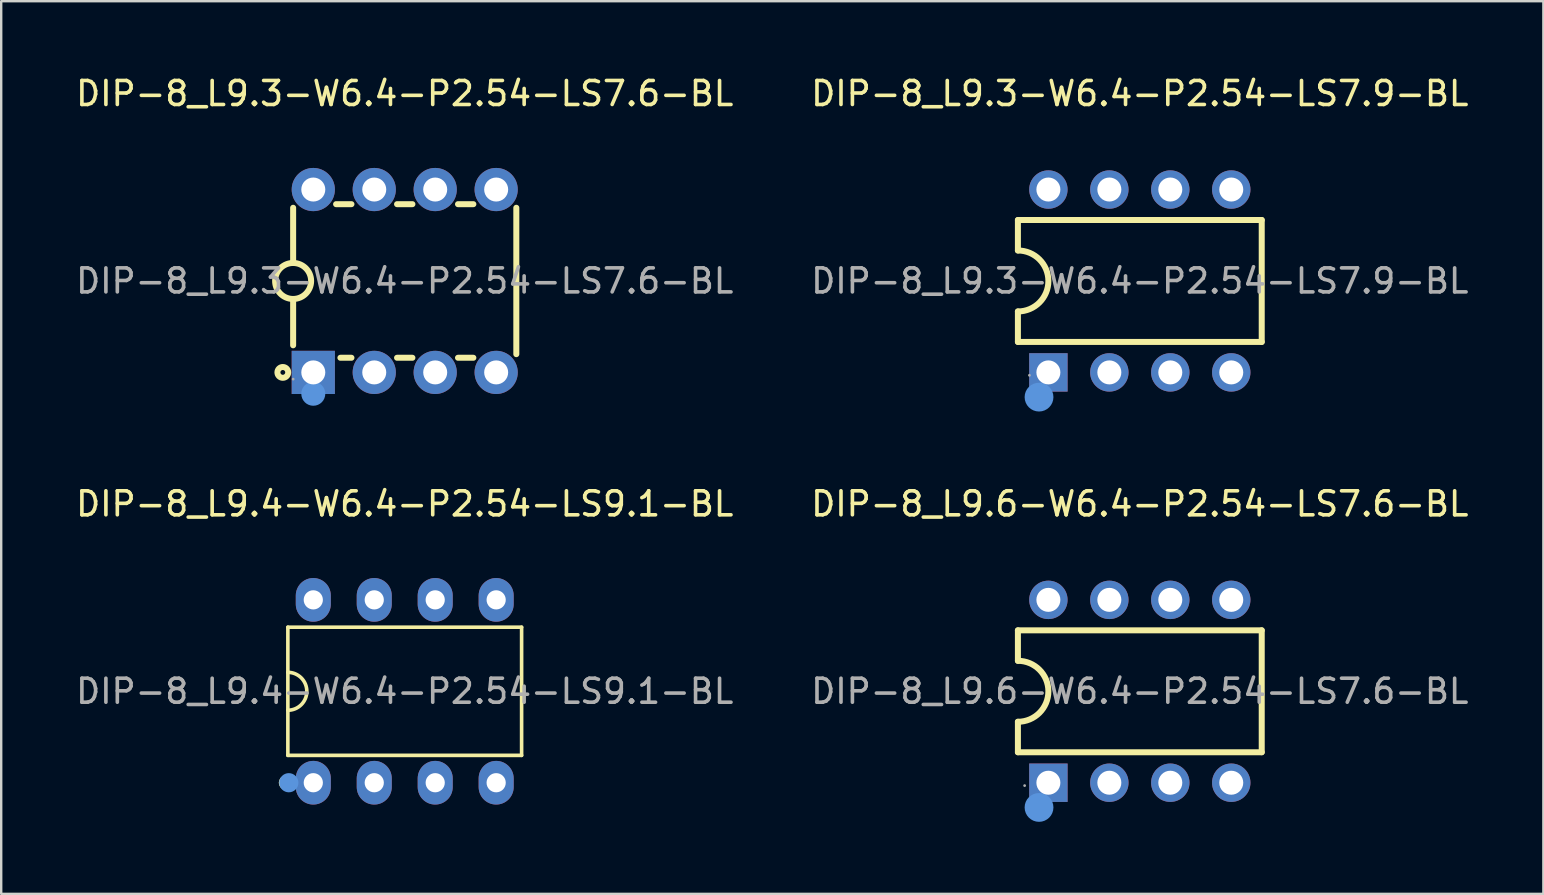
<source format=kicad_pcb>
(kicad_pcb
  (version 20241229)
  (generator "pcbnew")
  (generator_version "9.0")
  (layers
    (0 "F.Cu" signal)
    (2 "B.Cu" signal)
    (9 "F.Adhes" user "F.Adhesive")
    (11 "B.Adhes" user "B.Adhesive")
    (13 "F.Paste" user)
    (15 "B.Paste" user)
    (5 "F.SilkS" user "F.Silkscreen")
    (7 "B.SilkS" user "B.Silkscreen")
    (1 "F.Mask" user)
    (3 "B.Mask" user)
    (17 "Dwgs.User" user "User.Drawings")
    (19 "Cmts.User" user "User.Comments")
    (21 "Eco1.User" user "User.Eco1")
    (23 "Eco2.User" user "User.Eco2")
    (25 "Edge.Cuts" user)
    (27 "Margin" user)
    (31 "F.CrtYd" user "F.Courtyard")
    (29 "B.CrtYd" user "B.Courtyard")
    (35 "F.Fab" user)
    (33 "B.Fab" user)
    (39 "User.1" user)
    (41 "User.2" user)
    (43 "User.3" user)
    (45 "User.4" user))
  (footprint "DIP-8_L9.4-W6.4-P2.54-LS9.1-BL"
    (layer "F.Cu")
    (at 13.815 25.756)
    (property "Reference" "DIP-8_L9.4-W6.4-P2.54-LS9.1-BL" (at 0 -7.81 0) (layer "F.SilkS") (effects (font (size 1 1) (thickness 0.15))))
    (attr through_hole)
    (fp_line (start -4.87 -2.67) (end 4.87 -2.67) (stroke (width 0.15) (type solid)) (layer "F.SilkS"))
    (fp_line (start -4.87 2.67) (end -4.87 -2.67) (stroke (width 0.15) (type solid)) (layer "F.SilkS"))
    (fp_line (start 4.87 -2.67) (end 4.87 2.67) (stroke (width 0.15) (type solid)) (layer "F.SilkS"))
    (fp_line (start 4.87 2.67) (end -4.87 2.67) (stroke (width 0.15) (type solid)) (layer "F.SilkS"))
    (fp_arc (start -4.87 -0.79) (mid -4.08 0) (end -4.87 0.79) (stroke (width 0.15) (type solid)) (layer "F.SilkS"))
    (fp_circle (center -4.95 3.81) (end -4.8 3.81) (stroke (width 0.3) (type solid)) (fill no) (layer "F.SilkS"))
    (fp_circle (center -4.83 3.81) (end -4.63 3.81) (stroke (width 0.4) (type solid)) (fill no) (layer "Cmts.User"))
    (fp_circle (center -4.8 3.93) (end -4.77 3.93) (stroke (width 0.06) (type solid)) (fill no) (layer "F.Fab"))
    (fp_text user "${REFERENCE}" (at 0 0 0) (layer "F.Fab") (effects (font (size 1 1) (thickness 0.15))))
    (pad "1" thru_hole oval (at -3.81 3.81) (size 1.46 1.82) (drill 0.8) (layers "*.Cu" "*.Paste" "*.Mask"))
    (pad "2" thru_hole oval (at -1.27 3.81) (size 1.46 1.82) (drill 0.8) (layers "*.Cu" "*.Paste" "*.Mask"))
    (pad "3" thru_hole oval (at 1.27 3.81) (size 1.46 1.82) (drill 0.8) (layers "*.Cu" "*.Paste" "*.Mask"))
    (pad "4" thru_hole oval (at 3.81 3.81) (size 1.46 1.82) (drill 0.8) (layers "*.Cu" "*.Paste" "*.Mask"))
    (pad "5" thru_hole oval (at 3.81 -3.81) (size 1.46 1.82) (drill 0.8) (layers "*.Cu" "*.Paste" "*.Mask"))
    (pad "6" thru_hole oval (at 1.27 -3.81) (size 1.46 1.82) (drill 0.8) (layers "*.Cu" "*.Paste" "*.Mask"))
    (pad "7" thru_hole oval (at -1.27 -3.81) (size 1.46 1.82) (drill 0.8) (layers "*.Cu" "*.Paste" "*.Mask"))
    (pad "8" thru_hole oval (at -3.81 -3.81) (size 1.46 1.82) (drill 0.8) (layers "*.Cu" "*.Paste" "*.Mask")))
  (footprint "DIP-8_L9.3-W6.4-P2.54-LS7.6-BL"
    (layer "F.Cu")
    (at 13.815 8.658)
    (property "Reference" "DIP-8_L9.3-W6.4-P2.54-LS7.6-BL" (at 0 -7.81 0) (layer "F.SilkS") (effects (font (size 1 1) (thickness 0.15))))
    (attr through_hole)
    (fp_line (start -4.65 -0.75) (end -4.65 -3.05) (stroke (width 0.25) (type solid)) (layer "F.SilkS"))
    (fp_line (start -4.65 0.75) (end -4.65 2.68) (stroke (width 0.25) (type solid)) (layer "F.SilkS"))
    (fp_line (start -2.22 -3.2) (end -2.86 -3.2) (stroke (width 0.25) (type solid)) (layer "F.SilkS"))
    (fp_line (start -2.22 3.2) (end -2.68 3.2) (stroke (width 0.25) (type solid)) (layer "F.SilkS"))
    (fp_line (start 0.32 -3.2) (end -0.32 -3.2) (stroke (width 0.25) (type solid)) (layer "F.SilkS"))
    (fp_line (start 0.32 3.2) (end -0.32 3.2) (stroke (width 0.25) (type solid)) (layer "F.SilkS"))
    (fp_line (start 2.86 -3.2) (end 2.22 -3.2) (stroke (width 0.25) (type solid)) (layer "F.SilkS"))
    (fp_line (start 2.86 3.2) (end 2.22 3.2) (stroke (width 0.25) (type solid)) (layer "F.SilkS"))
    (fp_line (start 4.65 -3.05) (end 4.65 3.05) (stroke (width 0.25) (type solid)) (layer "F.SilkS"))
    (fp_arc (start -4.663089 0.749886) (mid -4.643455 -0.749972) (end -4.65 0.75) (stroke (width 0.25) (type solid)) (layer "F.SilkS"))
    (fp_circle (center -5.08 3.81) (end -4.98 3.81) (stroke (width 0.25) (type solid)) (fill no) (layer "F.SilkS"))
    (fp_circle (center -3.81 4.7) (end -3.56 4.7) (stroke (width 0.5) (type solid)) (fill no) (layer "Cmts.User"))
    (fp_circle (center -4.65 4.09) (end -4.62 4.09) (stroke (width 0.06) (type solid)) (fill no) (layer "F.Fab"))
    (fp_circle (center -3.81 -3.81) (end -3.67 -3.81) (stroke (width 0.28) (type solid)) (fill no) (layer "F.Fab"))
    (fp_circle (center -3.81 3.81) (end -3.67 3.81) (stroke (width 0.28) (type solid)) (fill no) (layer "F.Fab"))
    (fp_circle (center -1.27 -3.81) (end -1.13 -3.81) (stroke (width 0.28) (type solid)) (fill no) (layer "F.Fab"))
    (fp_circle (center -1.27 3.81) (end -1.13 3.81) (stroke (width 0.28) (type solid)) (fill no) (layer "F.Fab"))
    (fp_circle (center 1.27 -3.81) (end 1.41 -3.81) (stroke (width 0.28) (type solid)) (fill no) (layer "F.Fab"))
    (fp_circle (center 1.27 3.81) (end 1.41 3.81) (stroke (width 0.28) (type solid)) (fill no) (layer "F.Fab"))
    (fp_circle (center 3.81 -3.81) (end 3.95 -3.81) (stroke (width 0.28) (type solid)) (fill no) (layer "F.Fab"))
    (fp_circle (center 3.81 3.81) (end 3.95 3.81) (stroke (width 0.28) (type solid)) (fill no) (layer "F.Fab"))
    (fp_text user "${REFERENCE}" (at 0 0 0) (layer "F.Fab") (effects (font (size 1 1) (thickness 0.15))))
    (pad "1" thru_hole rect (at -3.81 3.81) (size 1.8 1.8) (drill 1) (layers "*.Cu" "*.Paste" "*.Mask"))
    (pad "2" thru_hole circle (at -1.27 3.81) (size 1.8 1.8) (drill 1) (layers "*.Cu" "*.Paste" "*.Mask"))
    (pad "3" thru_hole circle (at 1.27 3.81) (size 1.8 1.8) (drill 1) (layers "*.Cu" "*.Paste" "*.Mask"))
    (pad "4" thru_hole circle (at 3.81 3.81) (size 1.8 1.8) (drill 1) (layers "*.Cu" "*.Paste" "*.Mask"))
    (pad "5" thru_hole circle (at 3.81 -3.81) (size 1.8 1.8) (drill 1) (layers "*.Cu" "*.Paste" "*.Mask"))
    (pad "6" thru_hole circle (at 1.27 -3.81) (size 1.8 1.8) (drill 1) (layers "*.Cu" "*.Paste" "*.Mask"))
    (pad "7" thru_hole circle (at -1.27 -3.81) (size 1.8 1.8) (drill 1) (layers "*.Cu" "*.Paste" "*.Mask"))
    (pad "8" thru_hole circle (at -3.81 -3.81) (size 1.8 1.8) (drill 1) (layers "*.Cu" "*.Paste" "*.Mask")))
  (footprint "DIP-8_L9.3-W6.4-P2.54-LS7.9-BL"
    (layer "F.Cu")
    (at 44.446 8.658)
    (property "Reference" "DIP-8_L9.3-W6.4-P2.54-LS7.9-BL" (at 0 -7.81 0) (layer "F.SilkS") (effects (font (size 1 1) (thickness 0.15))))
    (attr through_hole)
    (fp_line (start -5.08 -1.27) (end -5.08 -2.54) (stroke (width 0.25) (type solid)) (layer "F.SilkS"))
    (fp_line (start -5.08 2.54) (end -5.08 1.27) (stroke (width 0.25) (type solid)) (layer "F.SilkS"))
    (fp_line (start 5.08 -2.54) (end -5.08 -2.54) (stroke (width 0.25) (type solid)) (layer "F.SilkS"))
    (fp_line (start 5.08 2.54) (end -5.08 2.54) (stroke (width 0.25) (type solid)) (layer "F.SilkS"))
    (fp_line (start 5.08 2.54) (end 5.08 -2.54) (stroke (width 0.25) (type solid)) (layer "F.SilkS"))
    (fp_arc (start -5.08 -1.27) (mid -3.81 0) (end -5.08 1.27) (stroke (width 0.25) (type solid)) (layer "F.SilkS"))
    (fp_circle (center -4.2 4.84) (end -3.9 4.84) (stroke (width 0.6) (type solid)) (fill no) (layer "Cmts.User"))
    (fp_circle (center -4.6 3.93) (end -4.57 3.93) (stroke (width 0.06) (type solid)) (fill no) (layer "F.Fab"))
    (fp_text user "${REFERENCE}" (at 0 0 0) (layer "F.Fab") (effects (font (size 1 1) (thickness 0.15))))
    (pad "1" thru_hole rect (at -3.81 3.81) (size 1.6 1.6) (drill 1) (layers "*.Cu" "*.Paste" "*.Mask"))
    (pad "2" thru_hole circle (at -1.27 3.81) (size 1.6 1.6) (drill 1) (layers "*.Cu" "*.Paste" "*.Mask"))
    (pad "3" thru_hole circle (at 1.27 3.81) (size 1.6 1.6) (drill 1) (layers "*.Cu" "*.Paste" "*.Mask"))
    (pad "4" thru_hole circle (at 3.81 3.81) (size 1.6 1.6) (drill 1) (layers "*.Cu" "*.Paste" "*.Mask"))
    (pad "5" thru_hole circle (at 3.81 -3.81) (size 1.6 1.6) (drill 1) (layers "*.Cu" "*.Paste" "*.Mask"))
    (pad "6" thru_hole circle (at 1.27 -3.81) (size 1.6 1.6) (drill 1) (layers "*.Cu" "*.Paste" "*.Mask"))
    (pad "7" thru_hole circle (at -1.27 -3.81) (size 1.6 1.6) (drill 1) (layers "*.Cu" "*.Paste" "*.Mask"))
    (pad "8" thru_hole circle (at -3.81 -3.81) (size 1.6 1.6) (drill 1) (layers "*.Cu" "*.Paste" "*.Mask")))
  (footprint "DIP-8_L9.6-W6.4-P2.54-LS7.6-BL"
    (layer "F.Cu")
    (at 44.446 25.756)
    (property "Reference" "DIP-8_L9.6-W6.4-P2.54-LS7.6-BL" (at 0 -7.81 0) (layer "F.SilkS") (effects (font (size 1 1) (thickness 0.15))))
    (attr through_hole)
    (fp_line (start -5.08 -1.27) (end -5.08 -2.54) (stroke (width 0.25) (type solid)) (layer "F.SilkS"))
    (fp_line (start -5.08 2.54) (end -5.08 1.27) (stroke (width 0.25) (type solid)) (layer "F.SilkS"))
    (fp_line (start 5.08 -2.54) (end -5.08 -2.54) (stroke (width 0.25) (type solid)) (layer "F.SilkS"))
    (fp_line (start 5.08 2.54) (end -5.08 2.54) (stroke (width 0.25) (type solid)) (layer "F.SilkS"))
    (fp_line (start 5.08 2.54) (end 5.08 -2.54) (stroke (width 0.25) (type solid)) (layer "F.SilkS"))
    (fp_arc (start -5.08 -1.27) (mid -3.81 0) (end -5.08 1.27) (stroke (width 0.25) (type solid)) (layer "F.SilkS"))
    (fp_circle (center -4.2 4.84) (end -3.9 4.84) (stroke (width 0.6) (type solid)) (fill no) (layer "Cmts.User"))
    (fp_circle (center -4.8 3.93) (end -4.77 3.93) (stroke (width 0.06) (type solid)) (fill no) (layer "F.Fab"))
    (fp_circle (center -3.81 -3.72) (end -3.7 -3.72) (stroke (width 0.22) (type solid)) (fill no) (layer "F.Fab"))
    (fp_circle (center -3.81 3.72) (end -3.7 3.72) (stroke (width 0.22) (type solid)) (fill no) (layer "F.Fab"))
    (fp_circle (center -1.27 -3.72) (end -1.16 -3.72) (stroke (width 0.22) (type solid)) (fill no) (layer "F.Fab"))
    (fp_circle (center -1.27 3.72) (end -1.16 3.72) (stroke (width 0.22) (type solid)) (fill no) (layer "F.Fab"))
    (fp_circle (center 1.27 -3.72) (end 1.38 -3.72) (stroke (width 0.22) (type solid)) (fill no) (layer "F.Fab"))
    (fp_circle (center 1.27 3.72) (end 1.38 3.72) (stroke (width 0.22) (type solid)) (fill no) (layer "F.Fab"))
    (fp_circle (center 3.81 -3.72) (end 3.92 -3.72) (stroke (width 0.22) (type solid)) (fill no) (layer "F.Fab"))
    (fp_circle (center 3.81 3.72) (end 3.92 3.72) (stroke (width 0.22) (type solid)) (fill no) (layer "F.Fab"))
    (fp_text user "${REFERENCE}" (at 0 0 0) (layer "F.Fab") (effects (font (size 1 1) (thickness 0.15))))
    (pad "1" thru_hole rect (at -3.81 3.81) (size 1.6 1.6) (drill 1) (layers "*.Cu" "*.Paste" "*.Mask"))
    (pad "2" thru_hole circle (at -1.27 3.81) (size 1.6 1.6) (drill 1) (layers "*.Cu" "*.Paste" "*.Mask"))
    (pad "3" thru_hole circle (at 1.27 3.81) (size 1.6 1.6) (drill 1) (layers "*.Cu" "*.Paste" "*.Mask"))
    (pad "4" thru_hole circle (at 3.81 3.81) (size 1.6 1.6) (drill 1) (layers "*.Cu" "*.Paste" "*.Mask"))
    (pad "5" thru_hole circle (at 3.81 -3.81) (size 1.6 1.6) (drill 1) (layers "*.Cu" "*.Paste" "*.Mask"))
    (pad "6" thru_hole circle (at 1.27 -3.81) (size 1.6 1.6) (drill 1) (layers "*.Cu" "*.Paste" "*.Mask"))
    (pad "7" thru_hole circle (at -1.27 -3.81) (size 1.6 1.6) (drill 1) (layers "*.Cu" "*.Paste" "*.Mask"))
    (pad "8" thru_hole circle (at -3.81 -3.81) (size 1.6 1.6) (drill 1) (layers "*.Cu" "*.Paste" "*.Mask")))
  (gr_rect
    (start -3 -3)
    (end 61.262 34.197)
    (stroke (width 0.1) (type default))
    (fill no)
    (layer "Edge.Cuts")))
</source>
